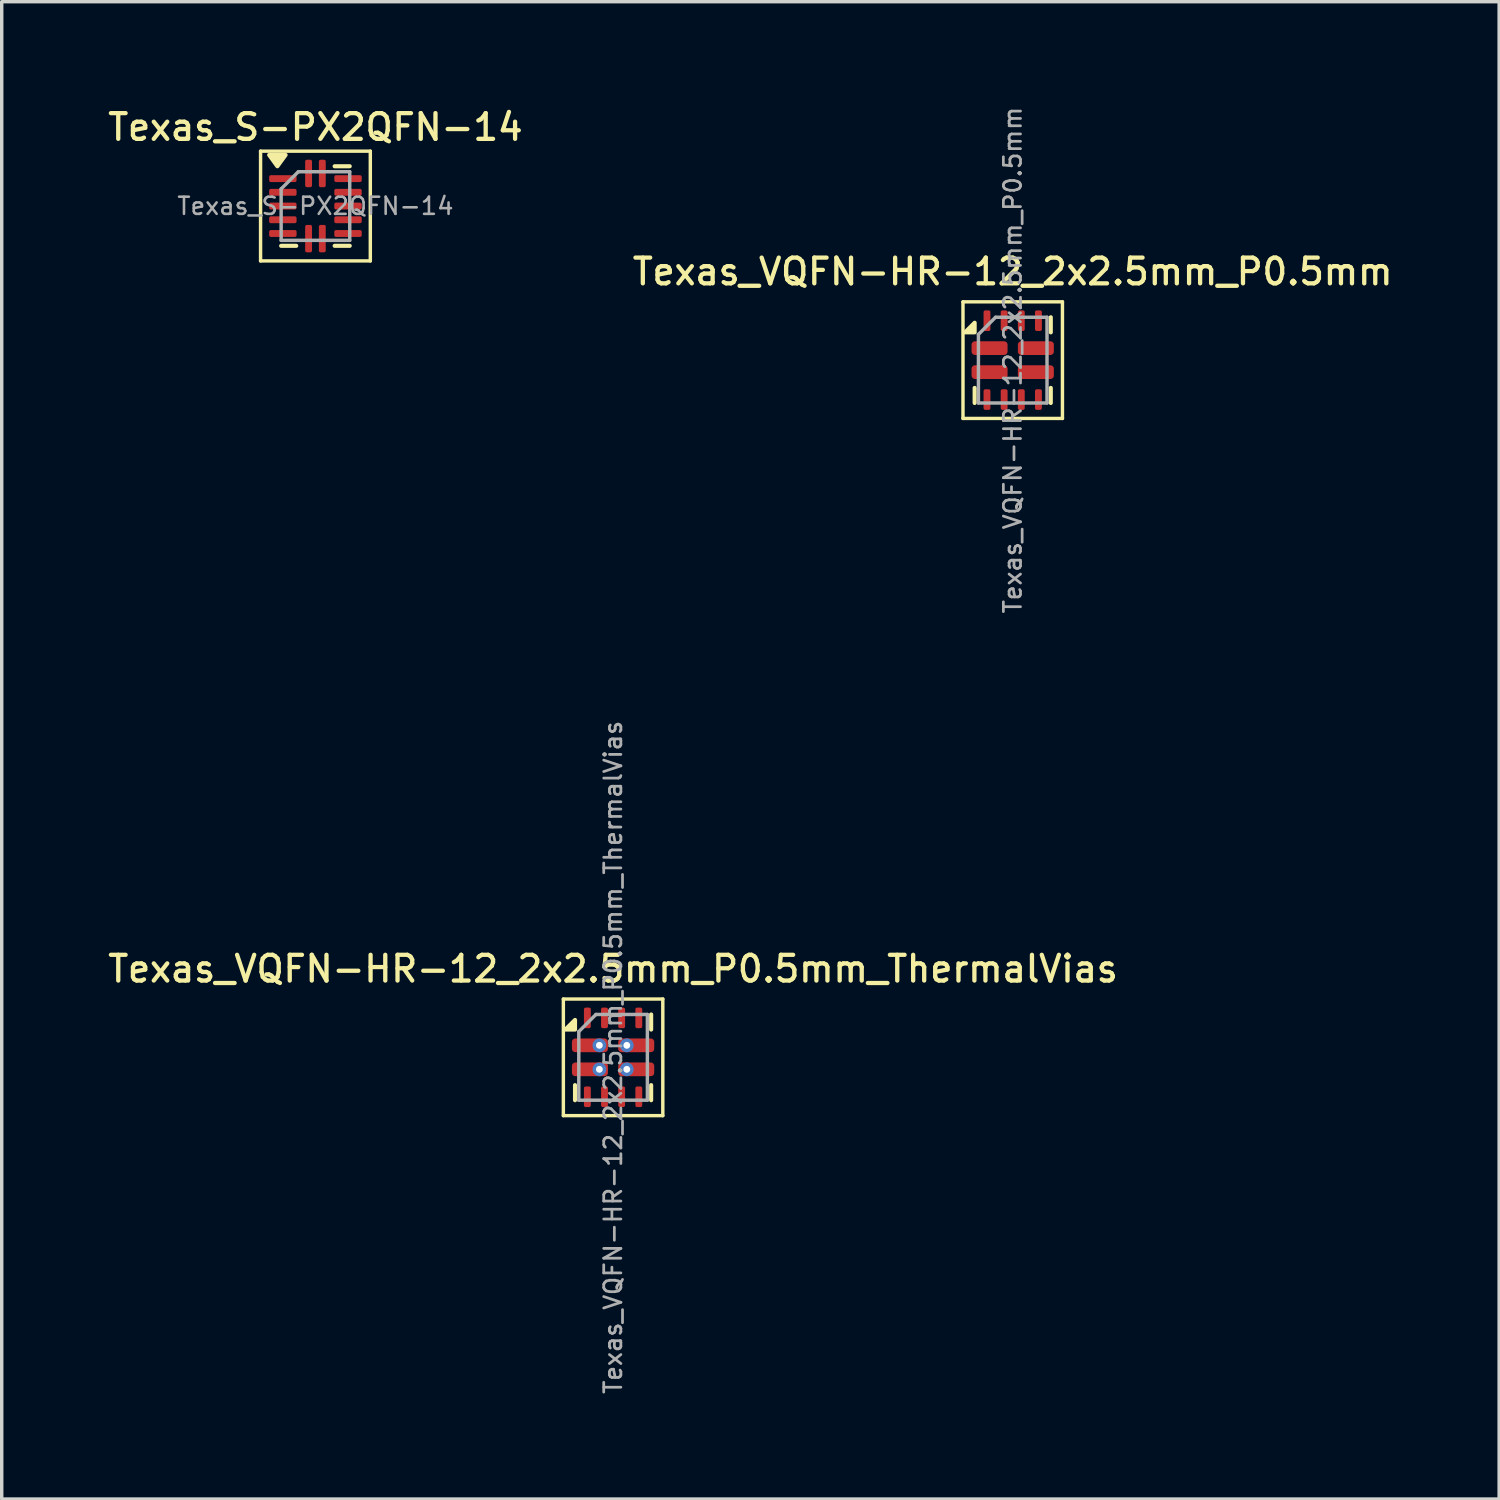
<source format=kicad_pcb>
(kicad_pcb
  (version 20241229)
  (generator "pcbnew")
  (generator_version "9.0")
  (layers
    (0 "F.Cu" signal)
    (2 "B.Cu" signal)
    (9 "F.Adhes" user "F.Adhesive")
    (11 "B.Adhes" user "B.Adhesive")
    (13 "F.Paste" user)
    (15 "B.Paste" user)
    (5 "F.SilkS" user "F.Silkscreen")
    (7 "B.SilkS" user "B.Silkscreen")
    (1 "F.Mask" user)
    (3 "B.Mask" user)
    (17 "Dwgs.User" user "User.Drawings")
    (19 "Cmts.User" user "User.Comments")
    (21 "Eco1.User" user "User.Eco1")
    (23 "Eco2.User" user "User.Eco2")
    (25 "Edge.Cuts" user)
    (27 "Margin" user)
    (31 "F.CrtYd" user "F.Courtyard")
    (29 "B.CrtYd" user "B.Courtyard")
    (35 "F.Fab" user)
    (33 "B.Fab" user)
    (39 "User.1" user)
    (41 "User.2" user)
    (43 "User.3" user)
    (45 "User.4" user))
  (footprint "Texas_VQFN-HR-12_2x2.5mm_P0.5mm"
    (layer "F.Cu")
    (at 26.48 7.451)
    (property "Reference" "Texas_VQFN-HR-12_2x2.5mm_P0.5mm" (at 0 -2.58 0) (layer "F.SilkS") (effects (font (size 0.75 0.75) (thickness 0.125))))
    (attr smd)
    (fp_line (start -1.45 -1.7) (end -1.45 1.7) (stroke (width 0.1) (type solid)) (layer "F.SilkS"))
    (fp_line (start -1.45 1.7) (end 1.45 1.7) (stroke (width 0.1) (type solid)) (layer "F.SilkS"))
    (fp_line (start -1.11 1.25) (end -1.11 0.81) (stroke (width 0.12) (type solid)) (layer "F.SilkS"))
    (fp_line (start 1.11 -1.25) (end 1.11 -0.81) (stroke (width 0.12) (type solid)) (layer "F.SilkS"))
    (fp_line (start 1.11 1.25) (end 1.11 0.81) (stroke (width 0.12) (type solid)) (layer "F.SilkS"))
    (fp_line (start 1.45 -1.7) (end -1.45 -1.7) (stroke (width 0.1) (type solid)) (layer "F.SilkS"))
    (fp_line (start 1.45 1.7) (end 1.45 -1.7) (stroke (width 0.1) (type solid)) (layer "F.SilkS"))
    (fp_poly (pts (xy -1.11 -0.81) (xy -1.39 -0.81) (xy -1.11 -1.09) (xy -1.11 -0.81)) (stroke (width 0.12) (type solid)) (fill yes) (layer "F.SilkS"))
    (fp_line (start -1 -0.75) (end -0.5 -1.25) (stroke (width 0.1) (type solid)) (layer "F.Fab"))
    (fp_line (start -1 1.25) (end -1 -0.75) (stroke (width 0.1) (type solid)) (layer "F.Fab"))
    (fp_line (start -0.5 -1.25) (end 1 -1.25) (stroke (width 0.1) (type solid)) (layer "F.Fab"))
    (fp_line (start 1 -1.25) (end 1 1.25) (stroke (width 0.1) (type solid)) (layer "F.Fab"))
    (fp_line (start 1 1.25) (end -1 1.25) (stroke (width 0.1) (type solid)) (layer "F.Fab"))
    (fp_text user "${REFERENCE}" (at 0 0 90) (layer "F.Fab") (effects (font (size 0.5 0.5) (thickness 0.08))))
    (pad "1" smd roundrect (at -0.675 -0.35) (size 1.05 0.4) (layers "F.Cu" "F.Mask" "F.Paste") (roundrect_rratio 0.25))
    (pad "2" smd roundrect (at -0.675 0.35) (size 1.05 0.4) (layers "F.Cu" "F.Mask" "F.Paste") (roundrect_rratio 0.25))
    (pad "3" smd roundrect (at -0.75 1.15) (size 0.2 0.6) (layers "F.Cu" "F.Mask" "F.Paste") (roundrect_rratio 0.25))
    (pad "4" smd roundrect (at -0.25 1.15) (size 0.2 0.6) (layers "F.Cu" "F.Mask" "F.Paste") (roundrect_rratio 0.25))
    (pad "5" smd roundrect (at 0.25 1.15) (size 0.2 0.6) (layers "F.Cu" "F.Mask" "F.Paste") (roundrect_rratio 0.25))
    (pad "6" smd roundrect (at 0.75 1.15) (size 0.2 0.6) (layers "F.Cu" "F.Mask" "F.Paste") (roundrect_rratio 0.25))
    (pad "7" smd roundrect (at 0.675 0.35) (size 1.05 0.4) (layers "F.Cu" "F.Mask" "F.Paste") (roundrect_rratio 0.25))
    (pad "8" smd roundrect (at 0.675 -0.35) (size 1.05 0.4) (layers "F.Cu" "F.Mask" "F.Paste") (roundrect_rratio 0.25))
    (pad "9" smd roundrect (at 0.75 -1.15) (size 0.2 0.6) (layers "F.Cu" "F.Mask" "F.Paste") (roundrect_rratio 0.25))
    (pad "10" smd roundrect (at 0.25 -1.15) (size 0.2 0.6) (layers "F.Cu" "F.Mask" "F.Paste") (roundrect_rratio 0.25))
    (pad "11" smd roundrect (at -0.25 -1.15) (size 0.2 0.6) (layers "F.Cu" "F.Mask" "F.Paste") (roundrect_rratio 0.25))
    (pad "12" smd roundrect (at -0.75 -1.15) (size 0.2 0.6) (layers "F.Cu" "F.Mask" "F.Paste") (roundrect_rratio 0.25)))
  (footprint "Texas_S-PX2QFN-14"
    (layer "F.Cu")
    (at 6.148 2.958)
    (property "Reference" "Texas_S-PX2QFN-14" (at 0 -2.3 0) (layer "F.SilkS") (effects (font (size 0.75 0.75) (thickness 0.125))))
    (attr smd)
    (fp_line (start -1.6 -1.6) (end -1.6 1.6) (stroke (width 0.1) (type solid)) (layer "F.SilkS"))
    (fp_line (start -1.6 1.6) (end 1.6 1.6) (stroke (width 0.1) (type solid)) (layer "F.SilkS"))
    (fp_line (start -0.56 1.16) (end -1 1.16) (stroke (width 0.12) (type solid)) (layer "F.SilkS"))
    (fp_line (start 0.56 -1.16) (end 1 -1.16) (stroke (width 0.12) (type solid)) (layer "F.SilkS"))
    (fp_line (start 0.56 1.16) (end 1 1.16) (stroke (width 0.12) (type solid)) (layer "F.SilkS"))
    (fp_line (start 1.6 -1.6) (end -1.6 -1.6) (stroke (width 0.1) (type solid)) (layer "F.SilkS"))
    (fp_line (start 1.6 1.6) (end 1.6 -1.6) (stroke (width 0.1) (type solid)) (layer "F.SilkS"))
    (fp_poly (pts (xy -1.11 -1.16) (xy -1.35 -1.49) (xy -0.87 -1.49) (xy -1.11 -1.16)) (stroke (width 0.12) (type solid)) (fill yes) (layer "F.SilkS"))
    (fp_line (start -1 -0.5) (end -0.5 -1) (stroke (width 0.1) (type solid)) (layer "F.Fab"))
    (fp_line (start -1 1) (end -1 -0.5) (stroke (width 0.1) (type solid)) (layer "F.Fab"))
    (fp_line (start -0.5 -1) (end 1 -1) (stroke (width 0.1) (type solid)) (layer "F.Fab"))
    (fp_line (start 1 -1) (end 1 1) (stroke (width 0.1) (type solid)) (layer "F.Fab"))
    (fp_line (start 1 1) (end -1 1) (stroke (width 0.1) (type solid)) (layer "F.Fab"))
    (fp_text user "${REFERENCE}" (at 0 0 0) (layer "F.Fab") (effects (font (size 0.5 0.5) (thickness 0.075))))
    (pad "1" smd roundrect (at -0.95 -0.8) (size 0.8 0.2) (layers "F.Cu" "F.Mask" "F.Paste") (roundrect_rratio 0.25))
    (pad "2" smd roundrect (at -0.95 -0.4) (size 0.8 0.2) (layers "F.Cu" "F.Mask" "F.Paste") (roundrect_rratio 0.25))
    (pad "3" smd roundrect (at -0.95 0) (size 0.8 0.2) (layers "F.Cu" "F.Mask" "F.Paste") (roundrect_rratio 0.25))
    (pad "4" smd roundrect (at -0.95 0.4) (size 0.8 0.2) (layers "F.Cu" "F.Mask" "F.Paste") (roundrect_rratio 0.25))
    (pad "5" smd roundrect (at -0.95 0.8) (size 0.8 0.2) (layers "F.Cu" "F.Mask" "F.Paste") (roundrect_rratio 0.25))
    (pad "6" smd roundrect (at -0.2 0.95) (size 0.2 0.8) (layers "F.Cu" "F.Mask" "F.Paste") (roundrect_rratio 0.25))
    (pad "7" smd roundrect (at 0.2 0.95) (size 0.2 0.8) (layers "F.Cu" "F.Mask" "F.Paste") (roundrect_rratio 0.25))
    (pad "8" smd roundrect (at 0.95 0.8) (size 0.8 0.2) (layers "F.Cu" "F.Mask" "F.Paste") (roundrect_rratio 0.25))
    (pad "9" smd roundrect (at 0.95 0.4) (size 0.8 0.2) (layers "F.Cu" "F.Mask" "F.Paste") (roundrect_rratio 0.25))
    (pad "10" smd roundrect (at 0.95 0) (size 0.8 0.2) (layers "F.Cu" "F.Mask" "F.Paste") (roundrect_rratio 0.25))
    (pad "11" smd roundrect (at 0.95 -0.4) (size 0.8 0.2) (layers "F.Cu" "F.Mask" "F.Paste") (roundrect_rratio 0.25))
    (pad "12" smd roundrect (at 0.95 -0.8) (size 0.8 0.2) (layers "F.Cu" "F.Mask" "F.Paste") (roundrect_rratio 0.25))
    (pad "13" smd roundrect (at 0.2 -0.95) (size 0.2 0.8) (layers "F.Cu" "F.Mask" "F.Paste") (roundrect_rratio 0.25))
    (pad "14" smd roundrect (at -0.2 -0.95) (size 0.2 0.8) (layers "F.Cu" "F.Mask" "F.Paste") (roundrect_rratio 0.25)))
  (footprint "Texas_VQFN-HR-12_2x2.5mm_P0.5mm_ThermalVias"
    (layer "F.Cu")
    (at 14.827 27.781)
    (property "Reference" "Texas_VQFN-HR-12_2x2.5mm_P0.5mm_ThermalVias" (at 0 -2.58 0) (layer "F.SilkS") (effects (font (size 0.75 0.75) (thickness 0.125))))
    (attr smd)
    (fp_line (start -1.45 -1.7) (end -1.45 1.7) (stroke (width 0.1) (type solid)) (layer "F.SilkS"))
    (fp_line (start -1.45 1.7) (end 1.45 1.7) (stroke (width 0.1) (type solid)) (layer "F.SilkS"))
    (fp_line (start -1.11 1.25) (end -1.11 0.81) (stroke (width 0.12) (type solid)) (layer "F.SilkS"))
    (fp_line (start 1.11 -1.25) (end 1.11 -0.81) (stroke (width 0.12) (type solid)) (layer "F.SilkS"))
    (fp_line (start 1.11 1.25) (end 1.11 0.81) (stroke (width 0.12) (type solid)) (layer "F.SilkS"))
    (fp_line (start 1.45 -1.7) (end -1.45 -1.7) (stroke (width 0.1) (type solid)) (layer "F.SilkS"))
    (fp_line (start 1.45 1.7) (end 1.45 -1.7) (stroke (width 0.1) (type solid)) (layer "F.SilkS"))
    (fp_poly (pts (xy -1.11 -0.81) (xy -1.39 -0.81) (xy -1.11 -1.09) (xy -1.11 -0.81)) (stroke (width 0.12) (type solid)) (fill yes) (layer "F.SilkS"))
    (fp_line (start -1 -0.75) (end -0.5 -1.25) (stroke (width 0.1) (type solid)) (layer "F.Fab"))
    (fp_line (start -1 1.25) (end -1 -0.75) (stroke (width 0.1) (type solid)) (layer "F.Fab"))
    (fp_line (start -0.5 -1.25) (end 1 -1.25) (stroke (width 0.1) (type solid)) (layer "F.Fab"))
    (fp_line (start 1 -1.25) (end 1 1.25) (stroke (width 0.1) (type solid)) (layer "F.Fab"))
    (fp_line (start 1 1.25) (end -1 1.25) (stroke (width 0.1) (type solid)) (layer "F.Fab"))
    (fp_text user "${REFERENCE}" (at 0 0 90) (layer "F.Fab") (effects (font (size 0.5 0.5) (thickness 0.08))))
    (pad "1" smd roundrect (at -0.675 -0.35) (size 1.05 0.4) (layers "F.Cu" "F.Mask" "F.Paste") (roundrect_rratio 0.25))
    (pad "1" thru_hole circle (at -0.4 -0.35) (size 0.4 0.4) (drill 0.2) (layers "*.Cu"))
    (pad "2" smd roundrect (at -0.675 0.35) (size 1.05 0.4) (layers "F.Cu" "F.Mask" "F.Paste") (roundrect_rratio 0.25))
    (pad "2" thru_hole circle (at -0.4 0.35) (size 0.4 0.4) (drill 0.2) (layers "*.Cu"))
    (pad "3" smd roundrect (at -0.75 1.15) (size 0.2 0.6) (layers "F.Cu" "F.Mask" "F.Paste") (roundrect_rratio 0.25))
    (pad "4" smd roundrect (at -0.25 1.15) (size 0.2 0.6) (layers "F.Cu" "F.Mask" "F.Paste") (roundrect_rratio 0.25))
    (pad "5" smd roundrect (at 0.25 1.15) (size 0.2 0.6) (layers "F.Cu" "F.Mask" "F.Paste") (roundrect_rratio 0.25))
    (pad "6" smd roundrect (at 0.75 1.15) (size 0.2 0.6) (layers "F.Cu" "F.Mask" "F.Paste") (roundrect_rratio 0.25))
    (pad "7" thru_hole circle (at 0.4 0.35) (size 0.4 0.4) (drill 0.2) (layers "*.Cu"))
    (pad "7" smd roundrect (at 0.675 0.35) (size 1.05 0.4) (layers "F.Cu" "F.Mask" "F.Paste") (roundrect_rratio 0.25))
    (pad "8" thru_hole circle (at 0.4 -0.35) (size 0.4 0.4) (drill 0.2) (layers "*.Cu"))
    (pad "8" smd roundrect (at 0.675 -0.35) (size 1.05 0.4) (layers "F.Cu" "F.Mask" "F.Paste") (roundrect_rratio 0.25))
    (pad "9" smd roundrect (at 0.75 -1.15) (size 0.2 0.6) (layers "F.Cu" "F.Mask" "F.Paste") (roundrect_rratio 0.25))
    (pad "10" smd roundrect (at 0.25 -1.15) (size 0.2 0.6) (layers "F.Cu" "F.Mask" "F.Paste") (roundrect_rratio 0.25))
    (pad "11" smd roundrect (at -0.25 -1.15) (size 0.2 0.6) (layers "F.Cu" "F.Mask" "F.Paste") (roundrect_rratio 0.25))
    (pad "12" smd roundrect (at -0.75 -1.15) (size 0.2 0.6) (layers "F.Cu" "F.Mask" "F.Paste") (roundrect_rratio 0.25)))
  (gr_rect
    (start -3 -3)
    (end 40.664 40.661)
    (stroke (width 0.1) (type default))
    (fill no)
    (layer "Edge.Cuts")))
</source>
